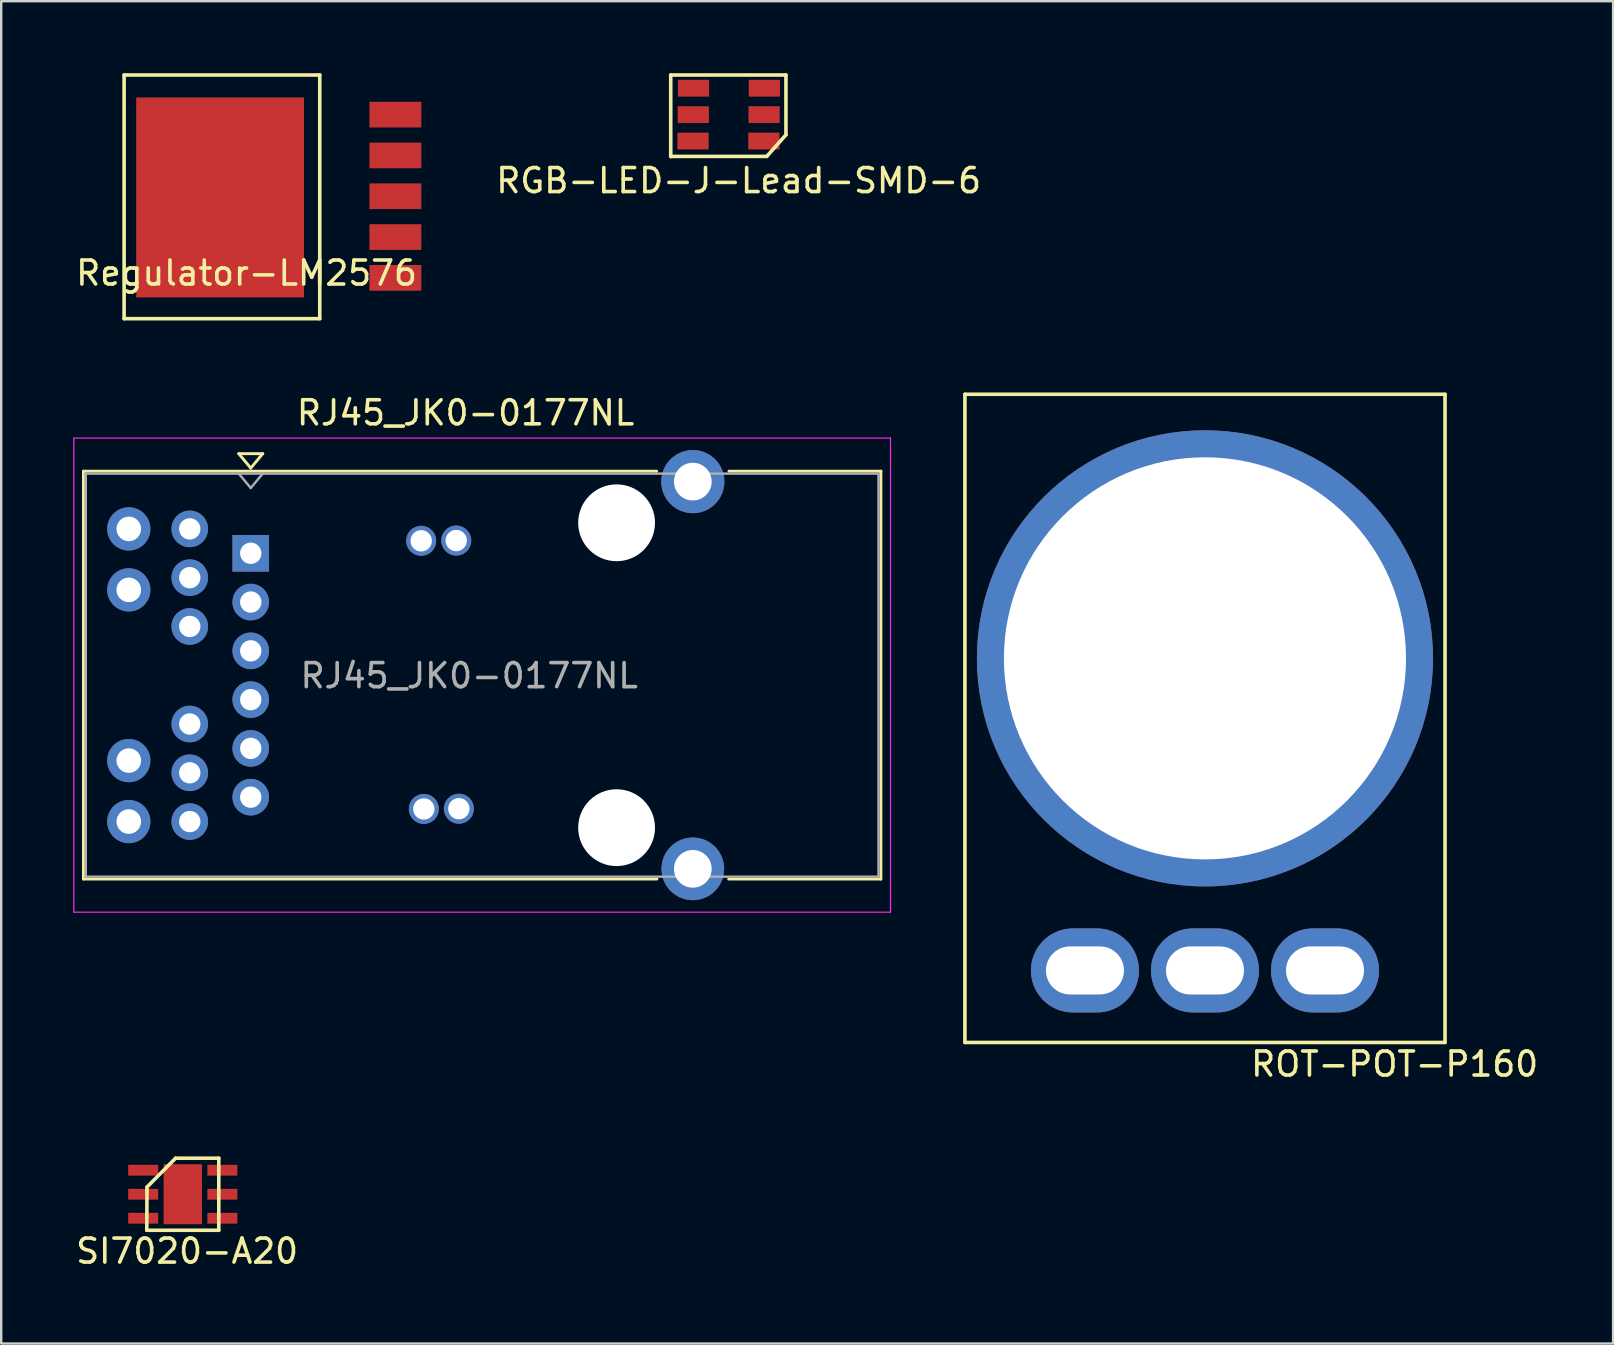
<source format=kicad_pcb>
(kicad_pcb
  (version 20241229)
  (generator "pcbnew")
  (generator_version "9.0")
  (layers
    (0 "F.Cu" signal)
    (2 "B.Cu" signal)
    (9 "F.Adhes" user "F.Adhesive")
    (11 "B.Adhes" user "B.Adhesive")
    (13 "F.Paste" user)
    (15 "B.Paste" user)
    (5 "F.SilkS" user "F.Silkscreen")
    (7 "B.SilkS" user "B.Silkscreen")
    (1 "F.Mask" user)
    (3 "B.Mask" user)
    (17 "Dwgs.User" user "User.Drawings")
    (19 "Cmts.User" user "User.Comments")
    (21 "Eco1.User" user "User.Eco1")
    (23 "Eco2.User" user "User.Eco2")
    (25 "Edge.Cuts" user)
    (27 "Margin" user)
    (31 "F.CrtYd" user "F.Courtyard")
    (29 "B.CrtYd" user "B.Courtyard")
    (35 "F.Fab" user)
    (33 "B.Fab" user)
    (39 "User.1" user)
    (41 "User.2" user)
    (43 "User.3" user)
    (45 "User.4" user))
  (footprint "SI7020-A20"
    (layer "F.Cu")
    (at 4.594 46.698)
    (property "Reference" "SI7020-A20" (at 0.15 2.37 0) (layer "F.SilkS") (effects (font (size 1 1) (thickness 0.15))))
    (attr through_hole)
    (fp_line (start -1.53 1.5) (end 1.47 1.5) (stroke (width 0.15) (type solid)) (layer "F.SilkS"))
    (fp_line (start -1.52 -0.3) (end -1.53 1.5) (stroke (width 0.15) (type solid)) (layer "F.SilkS"))
    (fp_line (start -1.52 -0.3) (end -0.33 -1.5) (stroke (width 0.15) (type solid)) (layer "F.SilkS"))
    (fp_line (start 1.47 -1.5) (end -0.33 -1.5) (stroke (width 0.15) (type solid)) (layer "F.SilkS"))
    (fp_line (start 1.47 1.5) (end 1.47 -1.5) (stroke (width 0.15) (type solid)) (layer "F.SilkS"))
    (pad "1" smd rect (at -1.68 -1) (size 1.25 0.45) (layers "F.Cu" "F.Mask" "F.Paste"))
    (pad "2" smd rect (at -1.68 0) (size 1.25 0.45) (layers "F.Cu" "F.Mask" "F.Paste"))
    (pad "2" smd rect (at -0.03 0) (size 1.6 2.5) (layers "F.Cu" "F.Mask" "F.Paste"))
    (pad "3" smd rect (at -1.68 1) (size 1.25 0.45) (layers "F.Cu" "F.Mask" "F.Paste"))
    (pad "4" smd rect (at 1.62 1) (size 1.25 0.45) (layers "F.Cu" "F.Mask" "F.Paste"))
    (pad "5" smd rect (at 1.62 0) (size 1.25 0.45) (layers "F.Cu" "F.Mask" "F.Paste"))
    (pad "6" smd rect (at 1.62 -1) (size 1.25 0.45) (layers "F.Cu" "F.Mask" "F.Paste")))
  (footprint "ROT-POT-P160"
    (layer "F.Cu")
    (at 47.145 24.375)
    (property "Reference" "ROT-POT-P160" (at 7.9 16.9 0) (layer "F.SilkS") (effects (font (size 1 1) (thickness 0.15))))
    (attr through_hole)
    (fp_line (start -10 -11) (end -10 16) (stroke (width 0.15) (type solid)) (layer "F.SilkS"))
    (fp_line (start -10 16) (end 10 16) (stroke (width 0.15) (type solid)) (layer "F.SilkS"))
    (fp_line (start 10 -11) (end -10 -11) (stroke (width 0.15) (type solid)) (layer "F.SilkS"))
    (fp_line (start 10 16) (end 10 -11) (stroke (width 0.15) (type solid)) (layer "F.SilkS"))
    (pad "1" thru_hole oval (at -5 13) (size 4.5 3.5) (drill oval 3.25 2) (layers "*.Cu" "*.Mask"))
    (pad "1" thru_hole circle (at 0 0) (size 19 19) (drill 16.75) (layers "*.Cu" "*.Mask"))
    (pad "2" thru_hole oval (at 0 13) (size 4.5 3.5) (drill oval 3.25 2) (layers "*.Cu" "*.Mask"))
    (pad "3" thru_hole oval (at 5 13) (size 4.5 3.5) (drill oval 3.25 2) (layers "*.Cu" "*.Mask")))
  (footprint "RGB-LED-J-Lead-SMD-6"
    (layer "F.Cu")
    (at 27.29 1.865)
    (property "Reference" "RGB-LED-J-Lead-SMD-6" (at 0.43 2.61 0) (layer "F.SilkS") (effects (font (size 1 1) (thickness 0.15))))
    (attr through_hole)
    (fp_line (start -2.4 -1.79) (end 2.4 -1.79) (stroke (width 0.15) (type solid)) (layer "F.SilkS"))
    (fp_line (start -2.4 1.61) (end -2.4 -1.79) (stroke (width 0.15) (type solid)) (layer "F.SilkS"))
    (fp_line (start 1.6 1.6) (end -2.4 1.6) (stroke (width 0.15) (type solid)) (layer "F.SilkS"))
    (fp_line (start 2.4 -1.79) (end 2.4 0.7) (stroke (width 0.15) (type solid)) (layer "F.SilkS"))
    (fp_line (start 2.4 0.7) (end 1.6 1.6) (stroke (width 0.15) (type solid)) (layer "F.SilkS"))
    (pad "1" smd rect (at 1.48 0.96) (size 1.3 0.7) (layers "F.Cu" "F.Mask" "F.Paste"))
    (pad "2" smd rect (at 1.49 -0.14) (size 1.3 0.7) (layers "F.Cu" "F.Mask" "F.Paste"))
    (pad "3" smd rect (at 1.5 -1.24) (size 1.3 0.7) (layers "F.Cu" "F.Mask" "F.Paste"))
    (pad "4" smd rect (at -1.45 -1.24) (size 1.3 0.7) (layers "F.Cu" "F.Mask" "F.Paste"))
    (pad "5" smd rect (at -1.46 -0.14) (size 1.3 0.7) (layers "F.Cu" "F.Mask" "F.Paste"))
    (pad "6" smd rect (at -1.47 0.96) (size 1.3 0.7) (layers "F.Cu" "F.Mask" "F.Paste")))
  (footprint "Regulator-LM2576"
    (layer "F.Cu")
    (at 6.77 5.625)
    (property "Reference" "Regulator-LM2576" (at 0.45 2.7 0) (layer "F.SilkS") (effects (font (size 1 1) (thickness 0.15))))
    (attr through_hole)
    (fp_line (start -4.65 -5.55) (end -4.65 4.6) (stroke (width 0.15) (type solid)) (layer "F.SilkS"))
    (fp_line (start -4.65 4.6) (end 3.5 4.6) (stroke (width 0.15) (type solid)) (layer "F.SilkS"))
    (fp_line (start 3.5 -5.55) (end -4.65 -5.55) (stroke (width 0.15) (type solid)) (layer "F.SilkS"))
    (fp_line (start 3.5 4.6) (end 3.5 -5.55) (stroke (width 0.15) (type solid)) (layer "F.SilkS"))
    (pad "1" smd rect (at 6.65 2.9) (size 2.16 1.07) (layers "F.Cu" "F.Mask" "F.Paste"))
    (pad "2" smd rect (at 6.65 1.2) (size 2.16 1.07) (layers "F.Cu" "F.Mask" "F.Paste"))
    (pad "3" smd rect (at -0.65 -0.45) (size 6.99 8.33) (layers "F.Cu" "F.Mask" "F.Paste"))
    (pad "3" smd rect (at 6.65 -0.5) (size 2.16 1.07) (layers "F.Cu" "F.Mask" "F.Paste"))
    (pad "4" smd rect (at 6.65 -2.2) (size 2.16 1.07) (layers "F.Cu" "F.Mask" "F.Paste"))
    (pad "5" smd rect (at 6.65 -3.9) (size 2.16 1.07) (layers "F.Cu" "F.Mask" "F.Paste")))
  (footprint "RJ45_JK0-0177NL"
    (layer "F.Cu")
    (at 12.595 25.068)
    (property "Reference" "RJ45_JK0-0177NL" (at 3.75 -10.92 180) (layer "F.SilkS") (effects (font (size 1 1) (thickness 0.15))))
    (attr through_hole)
    (fp_line (start -12.17 -8.49) (end 11.71 -8.49) (stroke (width 0.12) (type solid)) (layer "F.SilkS"))
    (fp_line (start -12.17 8.5) (end -12.17 -8.49) (stroke (width 0.12) (type solid)) (layer "F.SilkS"))
    (fp_line (start -5.7 -9.22) (end -5.2 -8.62) (stroke (width 0.12) (type solid)) (layer "F.SilkS"))
    (fp_line (start -5.7 -9.22) (end -4.7 -9.22) (stroke (width 0.12) (type solid)) (layer "F.SilkS"))
    (fp_line (start -4.7 -9.22) (end -5.2 -8.62) (stroke (width 0.12) (type solid)) (layer "F.SilkS"))
    (fp_line (start 11.72 8.5) (end -12.17 8.5) (stroke (width 0.12) (type solid)) (layer "F.SilkS"))
    (fp_line (start 21.05 -8.49) (end 14.72 -8.49) (stroke (width 0.12) (type solid)) (layer "F.SilkS"))
    (fp_line (start 21.05 8.5) (end 14.71 8.5) (stroke (width 0.12) (type solid)) (layer "F.SilkS"))
    (fp_line (start 21.05 8.5) (end 21.05 -8.49) (stroke (width 0.12) (type solid)) (layer "F.SilkS"))
    (fp_line (start -12.57 -9.87) (end 21.45 -9.87) (stroke (width 0.05) (type solid)) (layer "F.CrtYd"))
    (fp_line (start -12.57 9.88) (end -12.57 -9.87) (stroke (width 0.05) (type solid)) (layer "F.CrtYd"))
    (fp_line (start -12.57 9.88) (end 21.45 9.88) (stroke (width 0.05) (type solid)) (layer "F.CrtYd"))
    (fp_line (start 21.45 9.88) (end 21.45 -9.87) (stroke (width 0.05) (type solid)) (layer "F.CrtYd"))
    (fp_line (start -12.07 -8.39) (end -12.07 8.4) (stroke (width 0.1) (type solid)) (layer "F.Fab"))
    (fp_line (start -12.07 -8.39) (end 20.95 -8.39) (stroke (width 0.1) (type solid)) (layer "F.Fab"))
    (fp_line (start -12.07 8.4) (end 20.95 8.4) (stroke (width 0.1) (type solid)) (layer "F.Fab"))
    (fp_line (start -5.7 -8.39) (end -5.2 -7.79) (stroke (width 0.1) (type solid)) (layer "F.Fab"))
    (fp_line (start -5.2 -7.79) (end -4.7 -8.39) (stroke (width 0.1) (type solid)) (layer "F.Fab"))
    (fp_line (start 20.95 8.4) (end 20.95 -8.39) (stroke (width 0.1) (type solid)) (layer "F.Fab"))
    (fp_text user "${REFERENCE}" (at 3.9 0.03 180) (layer "F.Fab") (effects (font (size 1 1) (thickness 0.15))))
    (pad "" np_thru_hole circle (at 10.04 -6.34 180) (size 3.2 3.2) (drill 3.2) (layers "*.Cu" "*.Mask"))
    (pad "" np_thru_hole circle (at 10.04 6.36 180) (size 3.2 3.2) (drill 3.2) (layers "*.Cu" "*.Mask"))
    (pad "1" thru_hole rect (at -5.2 -5.07 180) (size 1.524 1.524) (drill 0.89) (layers "*.Cu" "*.Mask"))
    (pad "2" thru_hole circle (at -5.2 -3.038 180) (size 1.524 1.524) (drill 0.89) (layers "*.Cu" "*.Mask"))
    (pad "3" thru_hole circle (at -5.2 -1.006 180) (size 1.524 1.524) (drill 0.89) (layers "*.Cu" "*.Mask"))
    (pad "4" thru_hole circle (at -5.2 1.026 180) (size 1.524 1.524) (drill 0.89) (layers "*.Cu" "*.Mask"))
    (pad "5" thru_hole circle (at -5.2 3.058 180) (size 1.524 1.524) (drill 0.89) (layers "*.Cu" "*.Mask"))
    (pad "6" thru_hole circle (at -5.2 5.09 180) (size 1.524 1.524) (drill 0.89) (layers "*.Cu" "*.Mask"))
    (pad "7" thru_hole circle (at -7.74 -6.086 180) (size 1.524 1.524) (drill 0.89) (layers "*.Cu" "*.Mask"))
    (pad "8" thru_hole circle (at -7.74 -4.054 180) (size 1.524 1.524) (drill 0.89) (layers "*.Cu" "*.Mask"))
    (pad "9" thru_hole circle (at -7.74 -2.022 180) (size 1.524 1.524) (drill 0.89) (layers "*.Cu" "*.Mask"))
    (pad "10" thru_hole circle (at -7.74 2.042 180) (size 1.524 1.524) (drill 0.89) (layers "*.Cu" "*.Mask"))
    (pad "11" thru_hole circle (at -7.74 4.074 180) (size 1.524 1.524) (drill 0.89) (layers "*.Cu" "*.Mask"))
    (pad "12" thru_hole circle (at -7.74 6.106 180) (size 1.524 1.524) (drill 0.89) (layers "*.Cu" "*.Mask"))
    (pad "13" thru_hole circle (at -10.28 -6.086 180) (size 1.8 1.8) (drill 1.025) (layers "*.Cu" "*.Mask"))
    (pad "14" thru_hole circle (at -10.28 -3.546 180) (size 1.8 1.8) (drill 1.025) (layers "*.Cu" "*.Mask"))
    (pad "15" thru_hole circle (at -10.28 3.566 180) (size 1.8 1.8) (drill 1.025) (layers "*.Cu" "*.Mask"))
    (pad "16" thru_hole circle (at -10.28 6.106 180) (size 1.8 1.8) (drill 1.025) (layers "*.Cu" "*.Mask"))
    (pad "17" thru_hole circle (at 1.9 -5.59 180) (size 1.25 1.25) (drill 0.89) (layers "*.Cu" "*.Mask"))
    (pad "18" thru_hole circle (at 2.01 5.58 180) (size 1.25 1.25) (drill 0.89) (layers "*.Cu" "*.Mask"))
    (pad "19" thru_hole circle (at 3.36 -5.6 180) (size 1.25 1.25) (drill 0.89) (layers "*.Cu" "*.Mask"))
    (pad "20" thru_hole circle (at 3.47 5.57 180) (size 1.25 1.25) (drill 0.89) (layers "*.Cu" "*.Mask"))
    (pad "SH" thru_hole circle (at 13.215 -8.055 180) (size 2.63 2.63) (drill 1.57) (layers "*.Cu" "*.Mask"))
    (pad "SH" thru_hole circle (at 13.215 8.075 180) (size 2.61 2.61) (drill 1.57) (layers "*.Cu" "*.Mask")))
  (gr_rect
    (start -3 -3)
    (end 64.146 52.916)
    (stroke (width 0.1) (type default))
    (fill no)
    (layer "Edge.Cuts")))
</source>
